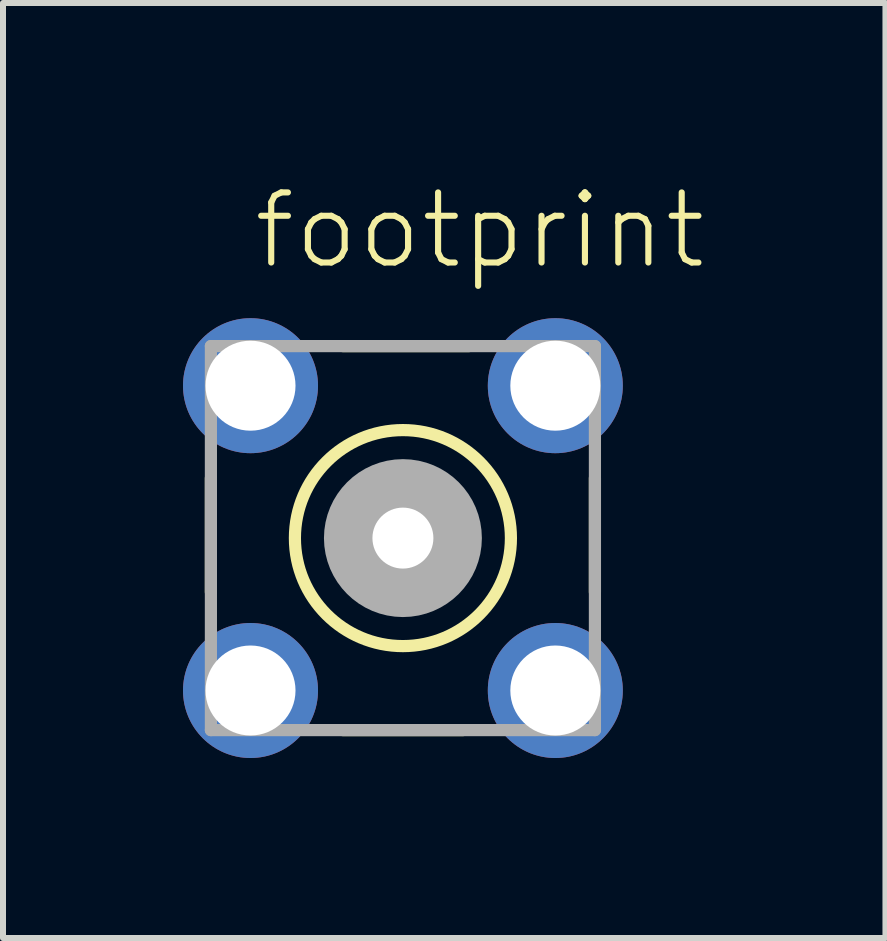
<source format=kicad_pcb>
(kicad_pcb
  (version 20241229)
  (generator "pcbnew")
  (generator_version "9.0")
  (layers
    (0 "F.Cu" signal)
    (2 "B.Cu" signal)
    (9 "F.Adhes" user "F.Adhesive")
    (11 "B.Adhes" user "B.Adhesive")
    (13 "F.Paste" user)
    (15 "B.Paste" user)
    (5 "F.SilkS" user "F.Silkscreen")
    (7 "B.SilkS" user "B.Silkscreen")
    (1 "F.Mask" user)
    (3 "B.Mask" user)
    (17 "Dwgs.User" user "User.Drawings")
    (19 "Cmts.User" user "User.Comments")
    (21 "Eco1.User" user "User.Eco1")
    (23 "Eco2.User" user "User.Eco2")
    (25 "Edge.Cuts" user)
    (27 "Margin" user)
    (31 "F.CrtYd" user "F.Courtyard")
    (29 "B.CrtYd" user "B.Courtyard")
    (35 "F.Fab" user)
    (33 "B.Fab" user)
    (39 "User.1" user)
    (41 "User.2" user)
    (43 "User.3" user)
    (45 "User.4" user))
  (footprint "footprint"
    (layer "F.Cu")
    (at 3.665 5.918)
    (property "Reference" "footprint" (at -2.54 -4.445 0) (layer "F.SilkS") (effects (font (size 1.168 1.168) (thickness 0.102)) (justify left bottom)))
    (fp_line (start -3.2 0.9) (end -3.2 -1) (stroke (width 0.203) (type solid)) (layer "F.SilkS"))
    (fp_line (start -1 -3.2) (end 1.1 -3.2) (stroke (width 0.203) (type solid)) (layer "F.SilkS"))
    (fp_line (start 1 3.2) (end -1 3.2) (stroke (width 0.203) (type solid)) (layer "F.SilkS"))
    (fp_line (start 3.2 -1) (end 3.2 0.9) (stroke (width 0.203) (type solid)) (layer "F.SilkS"))
    (fp_circle (center 0 0) (end 1.8 0) (stroke (width 0.203) (type solid)) (fill no) (layer "F.SilkS"))
    (fp_line (start -3.2 3.2) (end 3.2 3.2) (stroke (width 0.203) (type solid)) (layer "F.Fab"))
    (fp_line (start -3.2 -3.2) (end -3.2 3.2) (stroke (width 0.203) (type solid)) (layer "F.Fab"))
    (fp_line (start 3.2 3.2) (end 3.2 -3.2) (stroke (width 0.203) (type solid)) (layer "F.Fab"))
    (fp_line (start 3.2 -3.2) (end -3.2 -3.2) (stroke (width 0.203) (type solid)) (layer "F.Fab"))
    (fp_circle (center 0 0) (end 0.3 0) (stroke (width 1.016) (type solid)) (fill no) (layer "F.Fab"))
    (pad "1" thru_hole circle (at 0 0) (size 1.524 1.524) (drill 1.016) (layers "*.Cu" "*.Mask"))
    (pad "2" thru_hole circle (at -2.54 -2.54) (size 2.25 2.25) (drill 1.5) (layers "*.Cu" "*.Mask"))
    (pad "3" thru_hole circle (at 2.54 -2.54) (size 2.25 2.25) (drill 1.5) (layers "*.Cu" "*.Mask"))
    (pad "4" thru_hole circle (at 2.54 2.54) (size 2.25 2.25) (drill 1.5) (layers "*.Cu" "*.Mask"))
    (pad "5" thru_hole circle (at -2.54 2.54) (size 2.25 2.25) (drill 1.5) (layers "*.Cu" "*.Mask")))
  (gr_rect
    (start -3 -3)
    (end 11.707 12.583)
    (stroke (width 0.1) (type default))
    (fill no)
    (layer "Edge.Cuts")))
</source>
